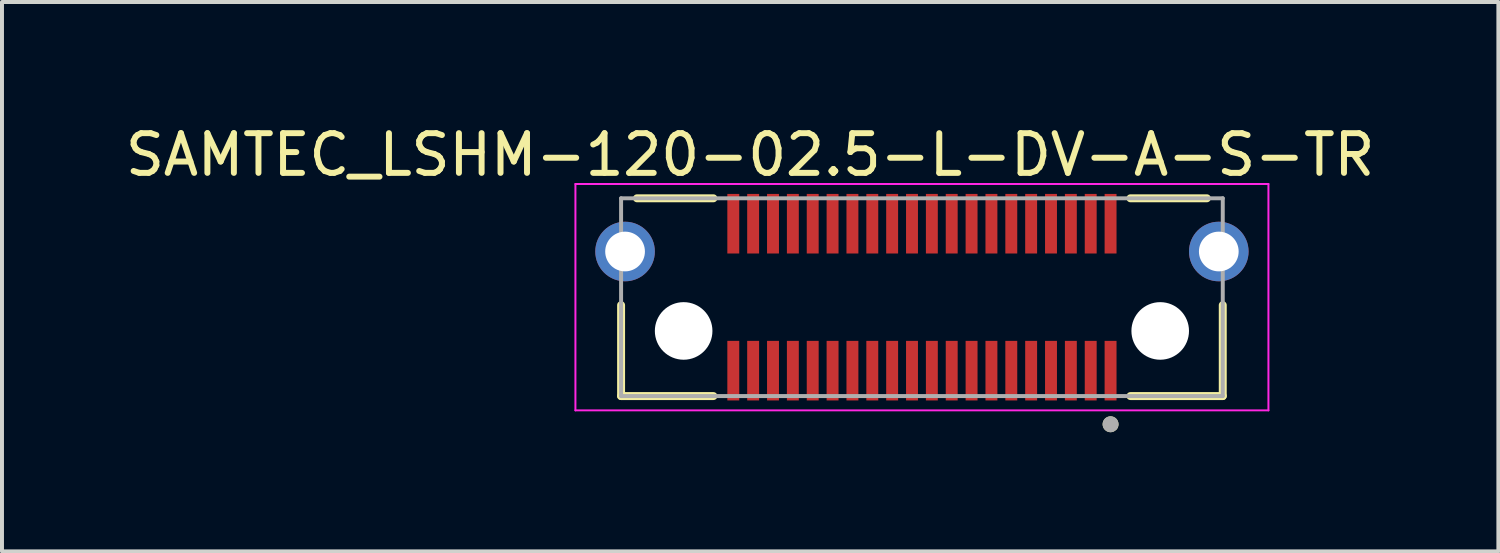
<source format=kicad_pcb>
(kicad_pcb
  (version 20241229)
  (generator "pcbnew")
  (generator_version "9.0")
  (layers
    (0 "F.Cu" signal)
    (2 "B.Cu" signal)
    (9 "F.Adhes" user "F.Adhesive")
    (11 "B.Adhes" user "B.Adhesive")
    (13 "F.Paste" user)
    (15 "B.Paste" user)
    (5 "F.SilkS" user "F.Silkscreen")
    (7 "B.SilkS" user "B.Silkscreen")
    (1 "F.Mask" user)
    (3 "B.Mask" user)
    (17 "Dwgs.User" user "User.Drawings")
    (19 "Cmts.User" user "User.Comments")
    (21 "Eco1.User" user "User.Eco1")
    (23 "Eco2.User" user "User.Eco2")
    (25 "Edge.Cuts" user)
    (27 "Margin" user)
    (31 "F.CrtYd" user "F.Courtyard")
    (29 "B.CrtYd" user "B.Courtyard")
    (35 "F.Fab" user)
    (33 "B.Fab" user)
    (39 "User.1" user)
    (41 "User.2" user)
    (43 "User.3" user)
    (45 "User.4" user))
  (footprint "SAMTEC_LSHM-120-02.5-L-DV-A-S-TR"
    (layer "F.Cu")
    (at 20.164 4.433)
    (property "Reference" "SAMTEC_LSHM-120-02.5-L-DV-A-S-TR" (at -4.325 -3.585 0) (layer "F.SilkS") (effects (font (size 1 1) (thickness 0.15))))
    (attr smd)
    (fp_line (start -7.575 2.49) (end -7.575 0.2) (stroke (width 0.2) (type solid)) (layer "F.SilkS"))
    (fp_line (start -7.575 2.49) (end -5.25 2.49) (stroke (width 0.2) (type solid)) (layer "F.SilkS"))
    (fp_line (start -5.25 -2.49) (end -7.175 -2.49) (stroke (width 0.2) (type solid)) (layer "F.SilkS"))
    (fp_line (start 5.25 2.49) (end 7.575 2.49) (stroke (width 0.2) (type solid)) (layer "F.SilkS"))
    (fp_line (start 7.175 -2.49) (end 5.25 -2.49) (stroke (width 0.2) (type solid)) (layer "F.SilkS"))
    (fp_line (start 7.575 2.49) (end 7.575 0.2) (stroke (width 0.2) (type solid)) (layer "F.SilkS"))
    (fp_circle (center 4.75 3.2) (end 4.85 3.2) (stroke (width 0.2) (type solid)) (fill no) (layer "F.SilkS"))
    (fp_circle (center -7.475 -1.15) (end -6.975 -1.15) (stroke (width 1) (type solid)) (fill no) (layer "F.Paste"))
    (fp_circle (center 7.475 -1.15) (end 7.975 -1.15) (stroke (width 1) (type solid)) (fill no) (layer "F.Paste"))
    (fp_line (start -8.725 -2.85) (end 8.725 -2.85) (stroke (width 0.05) (type solid)) (layer "F.CrtYd"))
    (fp_line (start -8.725 2.85) (end -8.725 -2.85) (stroke (width 0.05) (type solid)) (layer "F.CrtYd"))
    (fp_line (start 8.725 -2.85) (end 8.725 2.85) (stroke (width 0.05) (type solid)) (layer "F.CrtYd"))
    (fp_line (start 8.725 2.85) (end -8.725 2.85) (stroke (width 0.05) (type solid)) (layer "F.CrtYd"))
    (fp_line (start -7.575 -2.49) (end 7.575 -2.49) (stroke (width 0.1) (type solid)) (layer "F.Fab"))
    (fp_line (start -7.575 2.49) (end -7.575 -2.49) (stroke (width 0.1) (type solid)) (layer "F.Fab"))
    (fp_line (start 7.575 -2.49) (end 7.575 2.49) (stroke (width 0.1) (type solid)) (layer "F.Fab"))
    (fp_line (start 7.575 2.49) (end -7.575 2.49) (stroke (width 0.1) (type solid)) (layer "F.Fab"))
    (fp_circle (center 4.75 3.2) (end 4.85 3.2) (stroke (width 0.2) (type solid)) (fill no) (layer "F.Fab"))
    (pad "" np_thru_hole circle (at -6 0.85) (size 1.45 1.45) (drill 1.45) (layers "*.Cu" "*.Mask"))
    (pad "" np_thru_hole circle (at 6 0.85) (size 1.45 1.45) (drill 1.45) (layers "*.Cu" "*.Mask"))
    (pad "01" smd rect (at 4.75 1.85 90) (size 1.5 0.3) (layers "F.Cu" "F.Mask" "F.Paste"))
    (pad "02" smd rect (at 4.75 -1.85 90) (size 1.5 0.3) (layers "F.Cu" "F.Mask" "F.Paste"))
    (pad "03" smd rect (at 4.25 1.85 90) (size 1.5 0.3) (layers "F.Cu" "F.Mask" "F.Paste"))
    (pad "04" smd rect (at 4.25 -1.85 90) (size 1.5 0.3) (layers "F.Cu" "F.Mask" "F.Paste"))
    (pad "05" smd rect (at 3.75 1.85 90) (size 1.5 0.3) (layers "F.Cu" "F.Mask" "F.Paste"))
    (pad "06" smd rect (at 3.75 -1.85 90) (size 1.5 0.3) (layers "F.Cu" "F.Mask" "F.Paste"))
    (pad "07" smd rect (at 3.25 1.85 90) (size 1.5 0.3) (layers "F.Cu" "F.Mask" "F.Paste"))
    (pad "08" smd rect (at 3.25 -1.85 90) (size 1.5 0.3) (layers "F.Cu" "F.Mask" "F.Paste"))
    (pad "09" smd rect (at 2.75 1.85 90) (size 1.5 0.3) (layers "F.Cu" "F.Mask" "F.Paste"))
    (pad "10" smd rect (at 2.75 -1.85 90) (size 1.5 0.3) (layers "F.Cu" "F.Mask" "F.Paste"))
    (pad "11" smd rect (at 2.25 1.85 90) (size 1.5 0.3) (layers "F.Cu" "F.Mask" "F.Paste"))
    (pad "12" smd rect (at 2.25 -1.85 90) (size 1.5 0.3) (layers "F.Cu" "F.Mask" "F.Paste"))
    (pad "13" smd rect (at 1.75 1.85 90) (size 1.5 0.3) (layers "F.Cu" "F.Mask" "F.Paste"))
    (pad "14" smd rect (at 1.75 -1.85 90) (size 1.5 0.3) (layers "F.Cu" "F.Mask" "F.Paste"))
    (pad "15" smd rect (at 1.25 1.85 90) (size 1.5 0.3) (layers "F.Cu" "F.Mask" "F.Paste"))
    (pad "16" smd rect (at 1.25 -1.85 90) (size 1.5 0.3) (layers "F.Cu" "F.Mask" "F.Paste"))
    (pad "17" smd rect (at 0.75 1.85 90) (size 1.5 0.3) (layers "F.Cu" "F.Mask" "F.Paste"))
    (pad "18" smd rect (at 0.75 -1.85 90) (size 1.5 0.3) (layers "F.Cu" "F.Mask" "F.Paste"))
    (pad "19" smd rect (at 0.25 1.85 90) (size 1.5 0.3) (layers "F.Cu" "F.Mask" "F.Paste"))
    (pad "20" smd rect (at 0.25 -1.85 90) (size 1.5 0.3) (layers "F.Cu" "F.Mask" "F.Paste"))
    (pad "21" smd rect (at -0.25 1.85 90) (size 1.5 0.3) (layers "F.Cu" "F.Mask" "F.Paste"))
    (pad "22" smd rect (at -0.25 -1.85 90) (size 1.5 0.3) (layers "F.Cu" "F.Mask" "F.Paste"))
    (pad "23" smd rect (at -0.75 1.85 90) (size 1.5 0.3) (layers "F.Cu" "F.Mask" "F.Paste"))
    (pad "24" smd rect (at -0.75 -1.85 90) (size 1.5 0.3) (layers "F.Cu" "F.Mask" "F.Paste"))
    (pad "25" smd rect (at -1.25 1.85 90) (size 1.5 0.3) (layers "F.Cu" "F.Mask" "F.Paste"))
    (pad "26" smd rect (at -1.25 -1.85 90) (size 1.5 0.3) (layers "F.Cu" "F.Mask" "F.Paste"))
    (pad "27" smd rect (at -1.75 1.85 90) (size 1.5 0.3) (layers "F.Cu" "F.Mask" "F.Paste"))
    (pad "28" smd rect (at -1.75 -1.85 90) (size 1.5 0.3) (layers "F.Cu" "F.Mask" "F.Paste"))
    (pad "29" smd rect (at -2.25 1.85 90) (size 1.5 0.3) (layers "F.Cu" "F.Mask" "F.Paste"))
    (pad "30" smd rect (at -2.25 -1.85 90) (size 1.5 0.3) (layers "F.Cu" "F.Mask" "F.Paste"))
    (pad "31" smd rect (at -2.75 1.85 90) (size 1.5 0.3) (layers "F.Cu" "F.Mask" "F.Paste"))
    (pad "32" smd rect (at -2.75 -1.85 90) (size 1.5 0.3) (layers "F.Cu" "F.Mask" "F.Paste"))
    (pad "33" smd rect (at -3.25 1.85 90) (size 1.5 0.3) (layers "F.Cu" "F.Mask" "F.Paste"))
    (pad "34" smd rect (at -3.25 -1.85 90) (size 1.5 0.3) (layers "F.Cu" "F.Mask" "F.Paste"))
    (pad "35" smd rect (at -3.75 1.85 90) (size 1.5 0.3) (layers "F.Cu" "F.Mask" "F.Paste"))
    (pad "36" smd rect (at -3.75 -1.85 90) (size 1.5 0.3) (layers "F.Cu" "F.Mask" "F.Paste"))
    (pad "37" smd rect (at -4.25 1.85 90) (size 1.5 0.3) (layers "F.Cu" "F.Mask" "F.Paste"))
    (pad "38" smd rect (at -4.25 -1.85 90) (size 1.5 0.3) (layers "F.Cu" "F.Mask" "F.Paste"))
    (pad "39" smd rect (at -4.75 1.85 90) (size 1.5 0.3) (layers "F.Cu" "F.Mask" "F.Paste"))
    (pad "40" smd rect (at -4.75 -1.85 90) (size 1.5 0.3) (layers "F.Cu" "F.Mask" "F.Paste"))
    (pad "S1" thru_hole circle (at -7.475 -1.15) (size 1.5 1.5) (drill 1) (layers "*.Cu" "*.Mask"))
    (pad "S2" thru_hole circle (at 7.475 -1.15) (size 1.5 1.5) (drill 1) (layers "*.Cu" "*.Mask")))
  (gr_rect
    (start -3 -3)
    (end 34.679 10.833)
    (stroke (width 0.1) (type default))
    (fill no)
    (layer "Edge.Cuts")))
</source>
